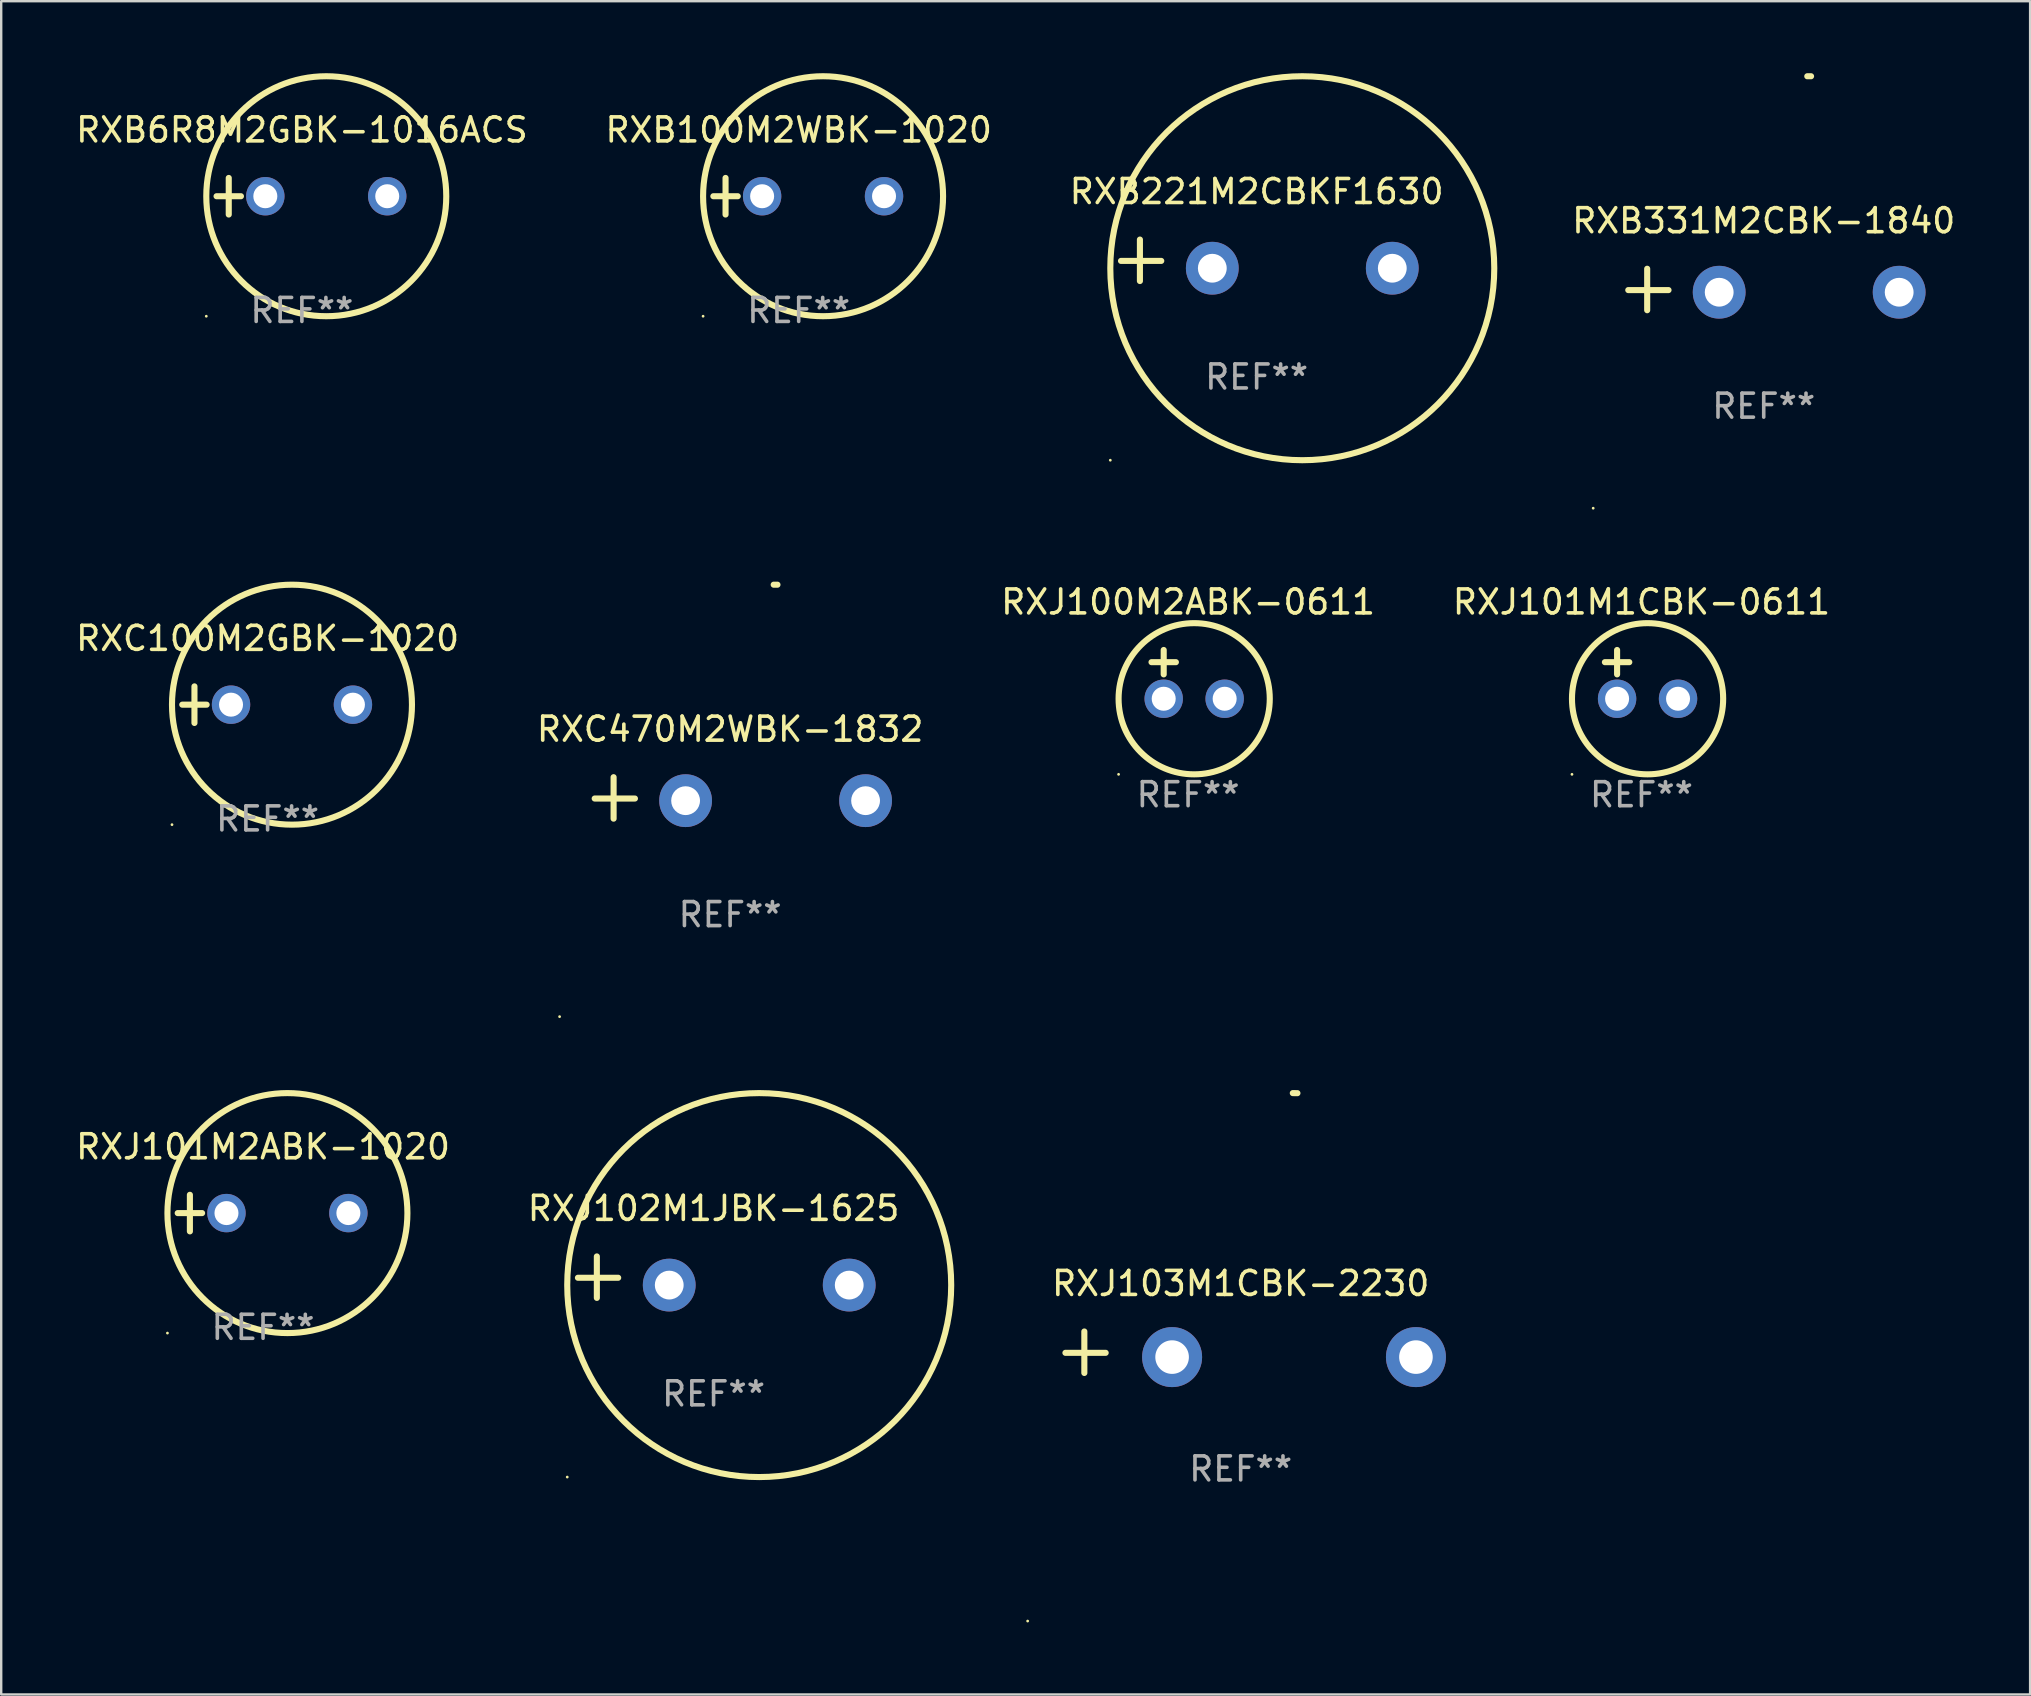
<source format=kicad_pcb>
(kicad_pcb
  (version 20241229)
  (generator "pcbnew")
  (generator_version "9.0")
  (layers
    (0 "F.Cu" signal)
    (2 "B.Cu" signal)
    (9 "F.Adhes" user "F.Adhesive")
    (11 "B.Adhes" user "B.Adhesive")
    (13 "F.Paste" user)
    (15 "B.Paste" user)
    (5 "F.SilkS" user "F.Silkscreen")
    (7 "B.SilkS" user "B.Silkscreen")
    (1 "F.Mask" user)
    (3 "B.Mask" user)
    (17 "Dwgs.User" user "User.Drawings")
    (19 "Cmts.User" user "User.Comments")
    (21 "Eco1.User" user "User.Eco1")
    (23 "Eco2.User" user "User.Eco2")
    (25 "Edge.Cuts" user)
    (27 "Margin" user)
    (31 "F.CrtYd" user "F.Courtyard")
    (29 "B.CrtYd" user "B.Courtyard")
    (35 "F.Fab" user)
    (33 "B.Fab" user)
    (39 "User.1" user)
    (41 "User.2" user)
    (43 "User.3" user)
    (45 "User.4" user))
  (footprint "RXJ101M1CBK-0611"
    (layer "F.Cu")
    (at 65.351 25.051)
    (property "Reference" "RXJ101M1CBK-0611" (at 0 -3.016 0) (layer "F.SilkS") (effects (font (size 1 1) (thickness 0.15))))
    (attr through_hole)
    (fp_line (start -1.524 -0.508) (end -0.508 -0.508) (stroke (width 0.254) (type solid)) (layer "F.SilkS"))
    (fp_line (start -1.016 -1.016) (end -1.016 0) (stroke (width 0.254) (type solid)) (layer "F.SilkS"))
    (fp_circle (center -2.896 4.166) (end -2.866 4.166) (stroke (width 0.06) (type solid)) (fill no) (layer "F.SilkS"))
    (fp_circle (center 0.254 1.016) (end 3.404 1.016) (stroke (width 0.254) (type solid)) (fill no) (layer "F.SilkS"))
    (fp_text user "REF**" (at 0 5.016 0) (layer "F.Fab") (effects (font (size 1 1) (thickness 0.15))))
    (pad "1" thru_hole circle (at -1.016 1.016) (size 1.6 1.6) (drill 1) (layers "*.Cu" "*.Mask"))
    (pad "2" thru_hole circle (at 1.524 1.016) (size 1.6 1.6) (drill 1) (layers "*.Cu" "*.Mask")))
  (footprint "RXB221M2CBKF1630"
    (layer "F.Cu")
    (at 49.315 7.797)
    (property "Reference" "RXB221M2CBKF1630" (at 0 -2.864 0) (layer "F.SilkS") (effects (font (size 1 1) (thickness 0.15))))
    (attr through_hole)
    (fp_line (start -4.864 0.864) (end -4.864 -0.864) (stroke (width 0.254) (type solid)) (layer "F.SilkS"))
    (fp_line (start -3.975 0.025) (end -5.652 0.025) (stroke (width 0.254) (type solid)) (layer "F.SilkS"))
    (fp_circle (center -6.098 8.33) (end -6.068 8.33) (stroke (width 0.06) (type solid)) (fill no) (layer "F.SilkS"))
    (fp_circle (center 1.902 0.33) (end 9.902 0.33) (stroke (width 0.254) (type solid)) (fill no) (layer "F.SilkS"))
    (fp_text user "REF**" (at 0 4.864 0) (layer "F.Fab") (effects (font (size 1 1) (thickness 0.15))))
    (pad "1" thru_hole circle (at -1.848 0.33) (size 2.2 2.2) (drill 1.2) (layers "*.Cu" "*.Mask"))
    (pad "2" thru_hole circle (at 5.652 0.33) (size 2.2 2.2) (drill 1.2) (layers "*.Cu" "*.Mask")))
  (footprint "RXJ101M2ABK-1020"
    (layer "F.Cu")
    (at 7.911 47.5)
    (property "Reference" "RXJ101M2ABK-1020" (at 0 -2.762 0) (layer "F.SilkS") (effects (font (size 1 1) (thickness 0.15))))
    (attr through_hole)
    (fp_line (start -3.556 0) (end -2.54 0) (stroke (width 0.254) (type solid)) (layer "F.SilkS"))
    (fp_line (start -3.048 -0.762) (end -3.048 0.762) (stroke (width 0.254) (type solid)) (layer "F.SilkS"))
    (fp_circle (center -3.984 5) (end -3.954 5) (stroke (width 0.06) (type solid)) (fill no) (layer "F.SilkS"))
    (fp_circle (center 1.016 0) (end 6.016 0) (stroke (width 0.254) (type solid)) (fill no) (layer "F.SilkS"))
    (fp_text user "REF**" (at 0 4.762 0) (layer "F.Fab") (effects (font (size 1 1) (thickness 0.15))))
    (pad "1" thru_hole circle (at -1.524 0) (size 1.6 1.6) (drill 1) (layers "*.Cu" "*.Mask"))
    (pad "2" thru_hole circle (at 3.556 0) (size 1.6 1.6) (drill 1) (layers "*.Cu" "*.Mask")))
  (footprint "RXJ100M2ABK-0611"
    (layer "F.Cu")
    (at 46.458 25.051)
    (property "Reference" "RXJ100M2ABK-0611" (at 0 -3.016 0) (layer "F.SilkS") (effects (font (size 1 1) (thickness 0.15))))
    (attr through_hole)
    (fp_line (start -1.524 -0.508) (end -0.508 -0.508) (stroke (width 0.254) (type solid)) (layer "F.SilkS"))
    (fp_line (start -1.016 -1.016) (end -1.016 0) (stroke (width 0.254) (type solid)) (layer "F.SilkS"))
    (fp_circle (center -2.896 4.166) (end -2.866 4.166) (stroke (width 0.06) (type solid)) (fill no) (layer "F.SilkS"))
    (fp_circle (center 0.254 1.016) (end 3.404 1.016) (stroke (width 0.254) (type solid)) (fill no) (layer "F.SilkS"))
    (fp_text user "REF**" (at 0 5.016 0) (layer "F.Fab") (effects (font (size 1 1) (thickness 0.15))))
    (pad "1" thru_hole circle (at -1.016 1.016) (size 1.6 1.6) (drill 1) (layers "*.Cu" "*.Mask"))
    (pad "2" thru_hole circle (at 1.524 1.016) (size 1.6 1.6) (drill 1) (layers "*.Cu" "*.Mask")))
  (footprint "RXC100M2GBK-1020"
    (layer "F.Cu")
    (at 8.101 26.314)
    (property "Reference" "RXC100M2GBK-1020" (at 0 -2.762 0) (layer "F.SilkS") (effects (font (size 1 1) (thickness 0.15))))
    (attr through_hole)
    (fp_line (start -3.556 0) (end -2.54 0) (stroke (width 0.254) (type solid)) (layer "F.SilkS"))
    (fp_line (start -3.048 -0.762) (end -3.048 0.762) (stroke (width 0.254) (type solid)) (layer "F.SilkS"))
    (fp_circle (center -3.984 5) (end -3.954 5) (stroke (width 0.06) (type solid)) (fill no) (layer "F.SilkS"))
    (fp_circle (center 1.016 0) (end 6.016 0) (stroke (width 0.254) (type solid)) (fill no) (layer "F.SilkS"))
    (fp_text user "REF**" (at 0 4.762 0) (layer "F.Fab") (effects (font (size 1 1) (thickness 0.15))))
    (pad "1" thru_hole circle (at -1.524 0) (size 1.6 1.6) (drill 1) (layers "*.Cu" "*.Mask"))
    (pad "2" thru_hole circle (at 3.556 0) (size 1.6 1.6) (drill 1) (layers "*.Cu" "*.Mask")))
  (footprint "RXB331M2CBK-1840"
    (layer "F.Cu")
    (at 70.445 9.013)
    (property "Reference" "RXB331M2CBK-1840" (at 0 -2.864 0) (layer "F.SilkS") (effects (font (size 1 1) (thickness 0.15))))
    (attr through_hole)
    (fp_line (start -4.856 0.864) (end -4.856 -0.864) (stroke (width 0.254) (type solid)) (layer "F.SilkS"))
    (fp_line (start -3.967 0.025) (end -5.644 0.025) (stroke (width 0.254) (type solid)) (layer "F.SilkS"))
    (fp_arc (start 1.815024 -8.885649) (mid 1.893764 -8.88599) (end 1.972504 -8.885649) (stroke (width 0.254001) (type solid)) (layer "F.SilkS"))
    (fp_circle (center -7.106 9.114) (end -7.076 9.114) (stroke (width 0.06) (type solid)) (fill no) (layer "F.SilkS"))
    (fp_text user "REF**" (at 0 4.864 0) (layer "F.Fab") (effects (font (size 1 1) (thickness 0.15))))
    (pad "1" thru_hole circle (at -1.856 0.114) (size 2.2 2.2) (drill 1.2) (layers "*.Cu" "*.Mask"))
    (pad "2" thru_hole circle (at 5.644 0.114) (size 2.2 2.2) (drill 1.2) (layers "*.Cu" "*.Mask")))
  (footprint "RXB100M2WBK-1020"
    (layer "F.Cu")
    (at 30.232 5.127)
    (property "Reference" "RXB100M2WBK-1020" (at 0 -2.762 0) (layer "F.SilkS") (effects (font (size 1 1) (thickness 0.15))))
    (attr through_hole)
    (fp_line (start -3.556 0) (end -2.54 0) (stroke (width 0.254) (type solid)) (layer "F.SilkS"))
    (fp_line (start -3.048 -0.762) (end -3.048 0.762) (stroke (width 0.254) (type solid)) (layer "F.SilkS"))
    (fp_circle (center -3.984 5) (end -3.954 5) (stroke (width 0.06) (type solid)) (fill no) (layer "F.SilkS"))
    (fp_circle (center 1.016 0) (end 6.016 0) (stroke (width 0.254) (type solid)) (fill no) (layer "F.SilkS"))
    (fp_text user "REF**" (at 0 4.762 0) (layer "F.Fab") (effects (font (size 1 1) (thickness 0.15))))
    (pad "1" thru_hole circle (at -1.524 0) (size 1.6 1.6) (drill 1) (layers "*.Cu" "*.Mask"))
    (pad "2" thru_hole circle (at 3.556 0) (size 1.6 1.6) (drill 1) (layers "*.Cu" "*.Mask")))
  (footprint "RXJ103M1CBK-2230"
    (layer "F.Cu")
    (at 48.65 53.298)
    (property "Reference" "RXJ103M1CBK-2230" (at 0 -2.864 0) (layer "F.SilkS") (effects (font (size 1 1) (thickness 0.15))))
    (attr through_hole)
    (fp_line (start -6.515 0.864) (end -6.515 -0.864) (stroke (width 0.254) (type solid)) (layer "F.SilkS"))
    (fp_line (start -5.626 0.025) (end -7.303 0.025) (stroke (width 0.254) (type solid)) (layer "F.SilkS"))
    (fp_arc (start 2.171704 -10.797562) (mid 2.268229 -10.796706) (end 2.364744 -10.795022) (stroke (width 0.254001) (type solid)) (layer "F.SilkS"))
    (fp_circle (center -8.877 11.202) (end -8.847 11.202) (stroke (width 0.06) (type solid)) (fill no) (layer "F.SilkS"))
    (fp_text user "REF**" (at 0 4.864 0) (layer "F.Fab") (effects (font (size 1 1) (thickness 0.15))))
    (pad "1" thru_hole circle (at -2.858 0.203) (size 2.5 2.5) (drill 1.4) (layers "*.Cu" "*.Mask"))
    (pad "2" thru_hole circle (at 7.303 0.203) (size 2.5 2.5) (drill 1.4) (layers "*.Cu" "*.Mask")))
  (footprint "RXB6R8M2GBK-1016ACS"
    (layer "F.Cu")
    (at 9.53 5.127)
    (property "Reference" "RXB6R8M2GBK-1016ACS" (at 0 -2.762 0) (layer "F.SilkS") (effects (font (size 1 1) (thickness 0.15))))
    (attr through_hole)
    (fp_line (start -3.556 0) (end -2.54 0) (stroke (width 0.254) (type solid)) (layer "F.SilkS"))
    (fp_line (start -3.048 -0.762) (end -3.048 0.762) (stroke (width 0.254) (type solid)) (layer "F.SilkS"))
    (fp_circle (center -3.984 5) (end -3.954 5) (stroke (width 0.06) (type solid)) (fill no) (layer "F.SilkS"))
    (fp_circle (center 1.016 0) (end 6.016 0) (stroke (width 0.254) (type solid)) (fill no) (layer "F.SilkS"))
    (fp_text user "REF**" (at 0 4.762 0) (layer "F.Fab") (effects (font (size 1 1) (thickness 0.15))))
    (pad "1" thru_hole circle (at -1.524 0) (size 1.6 1.6) (drill 1) (layers "*.Cu" "*.Mask"))
    (pad "2" thru_hole circle (at 3.556 0) (size 1.6 1.6) (drill 1) (layers "*.Cu" "*.Mask")))
  (footprint "RXC470M2WBK-1832"
    (layer "F.Cu")
    (at 27.375 30.2)
    (property "Reference" "RXC470M2WBK-1832" (at 0 -2.864 0) (layer "F.SilkS") (effects (font (size 1 1) (thickness 0.15))))
    (attr through_hole)
    (fp_line (start -4.856 0.864) (end -4.856 -0.864) (stroke (width 0.254) (type solid)) (layer "F.SilkS"))
    (fp_line (start -3.967 0.025) (end -5.644 0.025) (stroke (width 0.254) (type solid)) (layer "F.SilkS"))
    (fp_arc (start 1.815024 -8.885649) (mid 1.893764 -8.88599) (end 1.972504 -8.885649) (stroke (width 0.254001) (type solid)) (layer "F.SilkS"))
    (fp_circle (center -7.106 9.114) (end -7.076 9.114) (stroke (width 0.06) (type solid)) (fill no) (layer "F.SilkS"))
    (fp_text user "REF**" (at 0 4.864 0) (layer "F.Fab") (effects (font (size 1 1) (thickness 0.15))))
    (pad "1" thru_hole circle (at -1.856 0.114) (size 2.2 2.2) (drill 1.2) (layers "*.Cu" "*.Mask"))
    (pad "2" thru_hole circle (at 5.644 0.114) (size 2.2 2.2) (drill 1.2) (layers "*.Cu" "*.Mask")))
  (footprint "RXJ102M1JBK-1625"
    (layer "F.Cu")
    (at 26.685 50.17)
    (property "Reference" "RXJ102M1JBK-1625" (at 0 -2.864 0) (layer "F.SilkS") (effects (font (size 1 1) (thickness 0.15))))
    (attr through_hole)
    (fp_line (start -4.864 0.864) (end -4.864 -0.864) (stroke (width 0.254) (type solid)) (layer "F.SilkS"))
    (fp_line (start -3.975 0.025) (end -5.652 0.025) (stroke (width 0.254) (type solid)) (layer "F.SilkS"))
    (fp_circle (center -6.098 8.33) (end -6.068 8.33) (stroke (width 0.06) (type solid)) (fill no) (layer "F.SilkS"))
    (fp_circle (center 1.902 0.33) (end 9.902 0.33) (stroke (width 0.254) (type solid)) (fill no) (layer "F.SilkS"))
    (fp_text user "REF**" (at 0 4.864 0) (layer "F.Fab") (effects (font (size 1 1) (thickness 0.15))))
    (pad "1" thru_hole circle (at -1.848 0.33) (size 2.2 2.2) (drill 1.2) (layers "*.Cu" "*.Mask"))
    (pad "2" thru_hole circle (at 5.652 0.33) (size 2.2 2.2) (drill 1.2) (layers "*.Cu" "*.Mask")))
  (gr_rect
    (start -3 -3)
    (end 81.546 67.56)
    (stroke (width 0.1) (type default))
    (fill no)
    (layer "Edge.Cuts")))
</source>
